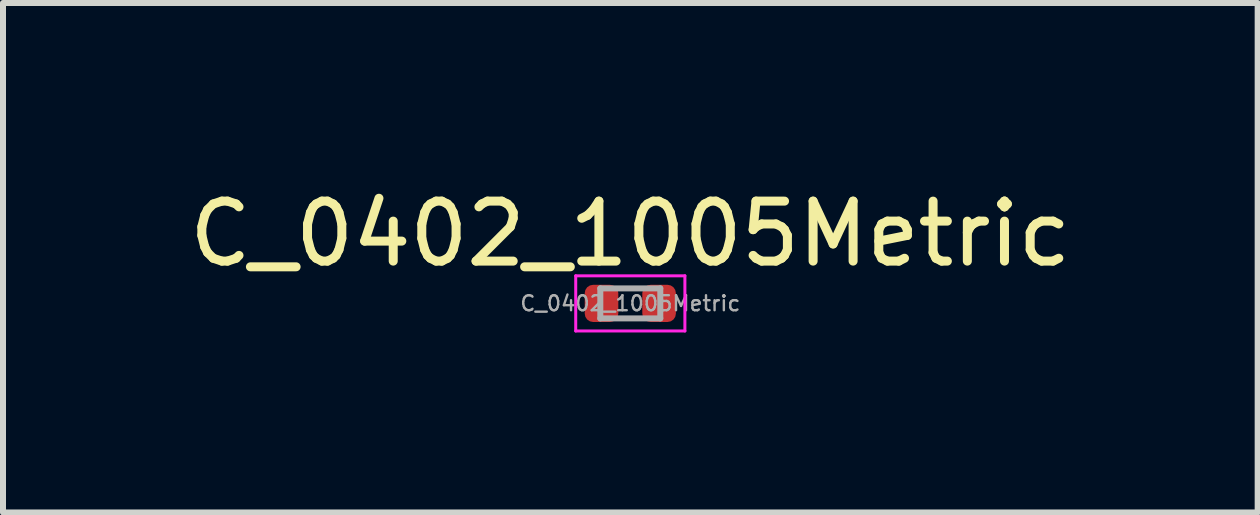
<source format=kicad_pcb>
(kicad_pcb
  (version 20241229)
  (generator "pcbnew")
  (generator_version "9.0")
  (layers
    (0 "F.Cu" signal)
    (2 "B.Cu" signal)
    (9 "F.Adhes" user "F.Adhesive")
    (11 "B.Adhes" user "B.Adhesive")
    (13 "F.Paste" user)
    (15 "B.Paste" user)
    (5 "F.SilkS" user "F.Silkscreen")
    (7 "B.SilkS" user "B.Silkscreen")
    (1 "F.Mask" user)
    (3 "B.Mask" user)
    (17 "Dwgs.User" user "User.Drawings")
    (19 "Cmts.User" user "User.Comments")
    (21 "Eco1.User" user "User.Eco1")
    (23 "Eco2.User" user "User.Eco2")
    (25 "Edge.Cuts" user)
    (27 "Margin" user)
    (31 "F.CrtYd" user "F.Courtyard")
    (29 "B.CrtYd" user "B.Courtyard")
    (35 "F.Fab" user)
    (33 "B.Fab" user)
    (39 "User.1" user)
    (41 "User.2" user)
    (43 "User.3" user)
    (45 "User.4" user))
  (footprint "C_0402_1005Metric"
    (layer "F.Cu")
    (at 7.458 2.008)
    (property "Reference" "C_0402_1005Metric" (at 0 -1.16 0) (layer "F.SilkS") (effects (font (size 1 1) (thickness 0.15))))
    (attr smd)
    (fp_line (start -0.91 -0.46) (end 0.91 -0.46) (stroke (width 0.05) (type solid)) (layer "F.CrtYd"))
    (fp_line (start -0.91 0.46) (end -0.91 -0.46) (stroke (width 0.05) (type solid)) (layer "F.CrtYd"))
    (fp_line (start 0.91 -0.46) (end 0.91 0.46) (stroke (width 0.05) (type solid)) (layer "F.CrtYd"))
    (fp_line (start 0.91 0.46) (end -0.91 0.46) (stroke (width 0.05) (type solid)) (layer "F.CrtYd"))
    (fp_line (start -0.5 -0.25) (end 0.5 -0.25) (stroke (width 0.1) (type solid)) (layer "F.Fab"))
    (fp_line (start -0.5 0.25) (end -0.5 -0.25) (stroke (width 0.1) (type solid)) (layer "F.Fab"))
    (fp_line (start 0.5 -0.25) (end 0.5 0.25) (stroke (width 0.1) (type solid)) (layer "F.Fab"))
    (fp_line (start 0.5 0.25) (end -0.5 0.25) (stroke (width 0.1) (type solid)) (layer "F.Fab"))
    (fp_text user "${REFERENCE}" (at 0 0 0) (layer "F.Fab") (effects (font (size 0.25 0.25) (thickness 0.04))))
    (pad "1" smd roundrect (at -0.48 0) (size 0.56 0.62) (layers "F.Cu" "F.Mask" "F.Paste") (roundrect_rratio 0.25))
    (pad "2" smd roundrect (at 0.48 0) (size 0.56 0.62) (layers "F.Cu" "F.Mask" "F.Paste") (roundrect_rratio 0.25)))
  (gr_rect
    (start -3 -3)
    (end 17.917 5.493)
    (stroke (width 0.1) (type default))
    (fill no)
    (layer "Edge.Cuts")))
</source>
